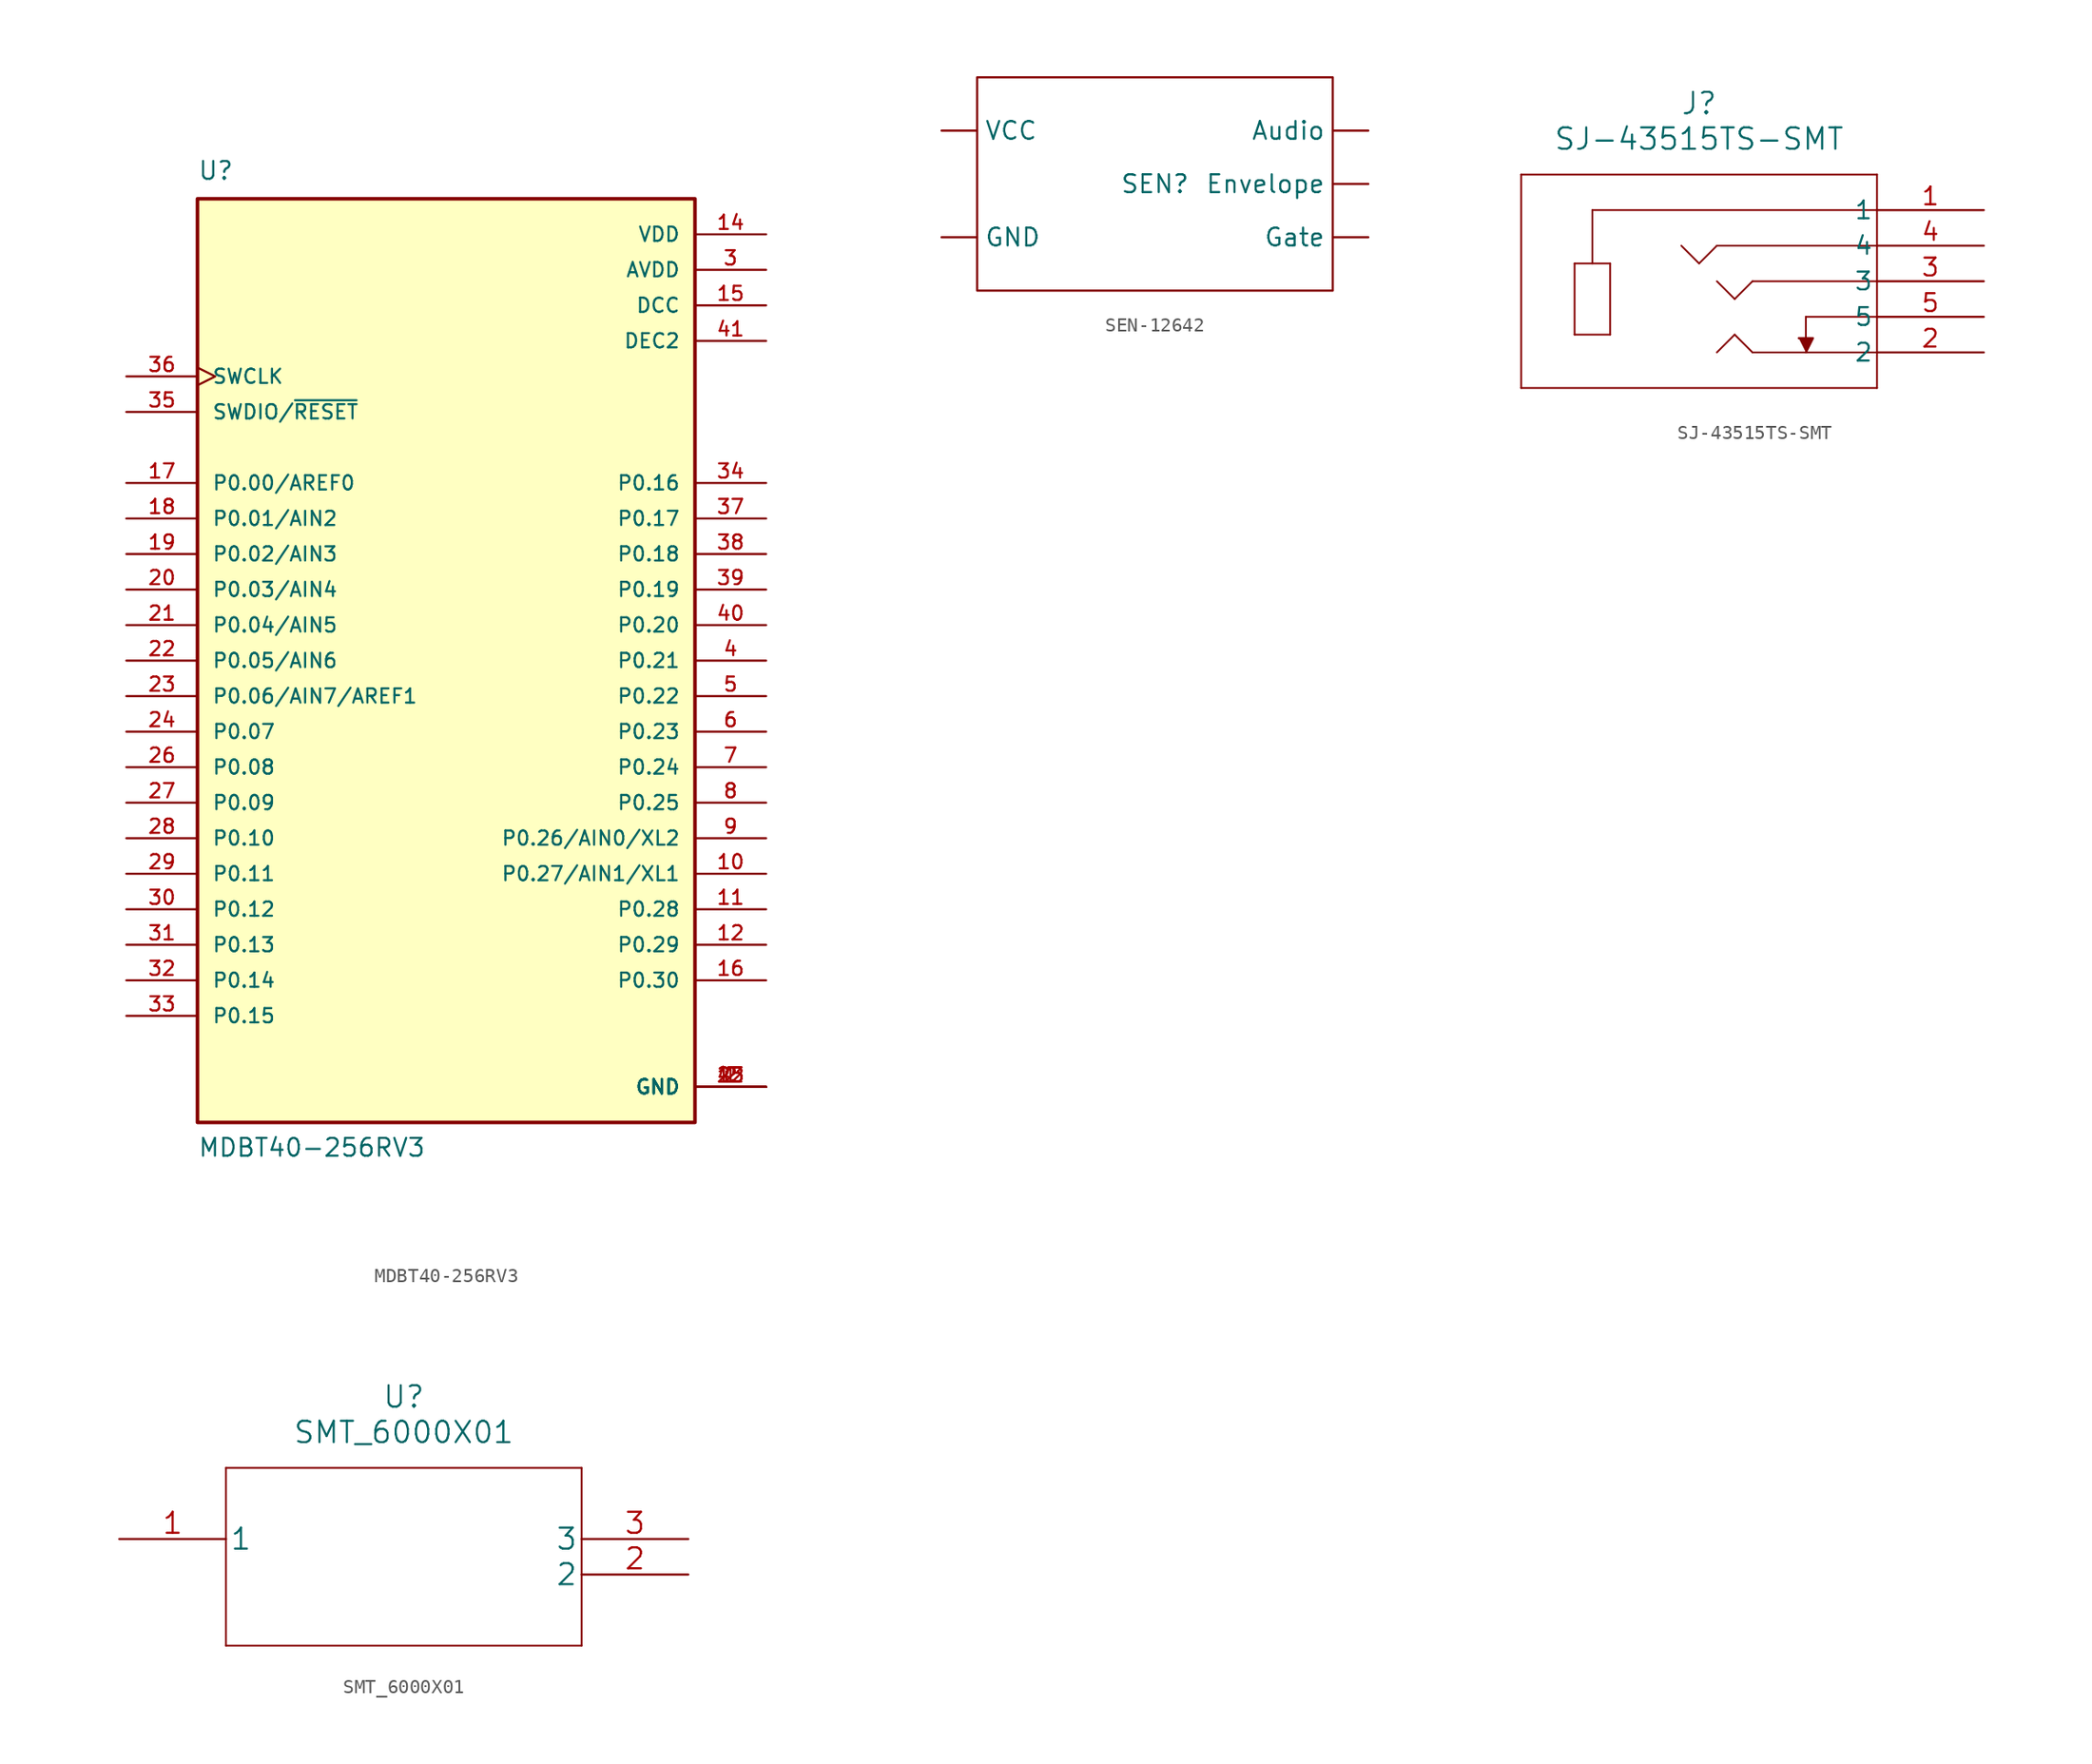
<source format=kicad_sym>
(kicad_symbol_lib
  (version 20231120)
  (generator "kicad_symbol_editor")
  (generator_version "8.0")
  (symbol "MDBT40-256RV3"
    (pin_names
      (offset 1.016))
    (property "Reference" "U"
      (at -17.78 34.29 0)
      (effects (font (size 1.27 1.27)) (justify left bottom)))
    (property "Value" "MDBT40-256RV3"
      (at -17.78 -35.56 0)
      (effects (font (size 1.27 1.27)) (justify left bottom)))
    (symbol "MDBT40-256RV3_0_0"
      (rectangle (start -17.78 33.02) (end 17.78 -33.02) (stroke (width 0.254) (type default)) (fill (type background)))
      (pin power_in line (at 22.86 -30.48 180) (length 5.08) (name "GND" (effects (font (size 1.016 1.016)))) (number "1" (effects (font (size 1.016 1.016)))))
      (pin bidirectional line (at 22.86 -15.24 180) (length 5.08) (name "P0.27/AIN1/XL1" (effects (font (size 1.016 1.016)))) (number "10" (effects (font (size 1.016 1.016)))))
      (pin bidirectional line (at 22.86 -17.78 180) (length 5.08) (name "P0.28" (effects (font (size 1.016 1.016)))) (number "11" (effects (font (size 1.016 1.016)))))
      (pin bidirectional line (at 22.86 -20.32 180) (length 5.08) (name "P0.29" (effects (font (size 1.016 1.016)))) (number "12" (effects (font (size 1.016 1.016)))))
      (pin power_in line (at 22.86 -30.48 180) (length 5.08) (name "GND" (effects (font (size 1.016 1.016)))) (number "13" (effects (font (size 1.016 1.016)))))
      (pin power_in line (at 22.86 30.48 180) (length 5.08) (name "VDD" (effects (font (size 1.016 1.016)))) (number "14" (effects (font (size 1.016 1.016)))))
      (pin power_in line (at 22.86 25.4 180) (length 5.08) (name "DCC" (effects (font (size 1.016 1.016)))) (number "15" (effects (font (size 1.016 1.016)))))
      (pin bidirectional line (at 22.86 -22.86 180) (length 5.08) (name "P0.30" (effects (font (size 1.016 1.016)))) (number "16" (effects (font (size 1.016 1.016)))))
      (pin bidirectional line (at -22.86 12.7 0) (length 5.08) (name "P0.00/AREF0" (effects (font (size 1.016 1.016)))) (number "17" (effects (font (size 1.016 1.016)))))
      (pin bidirectional line (at -22.86 10.16 0) (length 5.08) (name "P0.01/AIN2" (effects (font (size 1.016 1.016)))) (number "18" (effects (font (size 1.016 1.016)))))
      (pin bidirectional line (at -22.86 7.62 0) (length 5.08) (name "P0.02/AIN3" (effects (font (size 1.016 1.016)))) (number "19" (effects (font (size 1.016 1.016)))))
      (pin power_in line (at 22.86 -30.48 180) (length 5.08) (name "GND" (effects (font (size 1.016 1.016)))) (number "2" (effects (font (size 1.016 1.016)))))
      (pin bidirectional line (at -22.86 5.08 0) (length 5.08) (name "P0.03/AIN4" (effects (font (size 1.016 1.016)))) (number "20" (effects (font (size 1.016 1.016)))))
      (pin bidirectional line (at -22.86 2.54 0) (length 5.08) (name "P0.04/AIN5" (effects (font (size 1.016 1.016)))) (number "21" (effects (font (size 1.016 1.016)))))
      (pin bidirectional line (at -22.86 0 0) (length 5.08) (name "P0.05/AIN6" (effects (font (size 1.016 1.016)))) (number "22" (effects (font (size 1.016 1.016)))))
      (pin bidirectional line (at -22.86 -2.54 0) (length 5.08) (name "P0.06/AIN7/AREF1" (effects (font (size 1.016 1.016)))) (number "23" (effects (font (size 1.016 1.016)))))
      (pin bidirectional line (at -22.86 -5.08 0) (length 5.08) (name "P0.07" (effects (font (size 1.016 1.016)))) (number "24" (effects (font (size 1.016 1.016)))))
      (pin power_in line (at 22.86 -30.48 180) (length 5.08) (name "GND" (effects (font (size 1.016 1.016)))) (number "25" (effects (font (size 1.016 1.016)))))
      (pin bidirectional line (at -22.86 -7.62 0) (length 5.08) (name "P0.08" (effects (font (size 1.016 1.016)))) (number "26" (effects (font (size 1.016 1.016)))))
      (pin bidirectional line (at -22.86 -10.16 0) (length 5.08) (name "P0.09" (effects (font (size 1.016 1.016)))) (number "27" (effects (font (size 1.016 1.016)))))
      (pin bidirectional line (at -22.86 -12.7 0) (length 5.08) (name "P0.10" (effects (font (size 1.016 1.016)))) (number "28" (effects (font (size 1.016 1.016)))))
      (pin bidirectional line (at -22.86 -15.24 0) (length 5.08) (name "P0.11" (effects (font (size 1.016 1.016)))) (number "29" (effects (font (size 1.016 1.016)))))
      (pin power_in line (at 22.86 27.94 180) (length 5.08) (name "AVDD" (effects (font (size 1.016 1.016)))) (number "3" (effects (font (size 1.016 1.016)))))
      (pin bidirectional line (at -22.86 -17.78 0) (length 5.08) (name "P0.12" (effects (font (size 1.016 1.016)))) (number "30" (effects (font (size 1.016 1.016)))))
      (pin bidirectional line (at -22.86 -20.32 0) (length 5.08) (name "P0.13" (effects (font (size 1.016 1.016)))) (number "31" (effects (font (size 1.016 1.016)))))
      (pin bidirectional line (at -22.86 -22.86 0) (length 5.08) (name "P0.14" (effects (font (size 1.016 1.016)))) (number "32" (effects (font (size 1.016 1.016)))))
      (pin bidirectional line (at -22.86 -25.4 0) (length 5.08) (name "P0.15" (effects (font (size 1.016 1.016)))) (number "33" (effects (font (size 1.016 1.016)))))
      (pin bidirectional line (at 22.86 12.7 180) (length 5.08) (name "P0.16" (effects (font (size 1.016 1.016)))) (number "34" (effects (font (size 1.016 1.016)))))
      (pin bidirectional line (at -22.86 17.78 0) (length 5.08) (name "SWDIO/~{RESET}" (effects (font (size 1.016 1.016)))) (number "35" (effects (font (size 1.016 1.016)))))
      (pin input clock (at -22.86 20.32 0) (length 5.08) (name "SWCLK" (effects (font (size 1.016 1.016)))) (number "36" (effects (font (size 1.016 1.016)))))
      (pin bidirectional line (at 22.86 10.16 180) (length 5.08) (name "P0.17" (effects (font (size 1.016 1.016)))) (number "37" (effects (font (size 1.016 1.016)))))
      (pin bidirectional line (at 22.86 7.62 180) (length 5.08) (name "P0.18" (effects (font (size 1.016 1.016)))) (number "38" (effects (font (size 1.016 1.016)))))
      (pin bidirectional line (at 22.86 5.08 180) (length 5.08) (name "P0.19" (effects (font (size 1.016 1.016)))) (number "39" (effects (font (size 1.016 1.016)))))
      (pin bidirectional line (at 22.86 0 180) (length 5.08) (name "P0.21" (effects (font (size 1.016 1.016)))) (number "4" (effects (font (size 1.016 1.016)))))
      (pin bidirectional line (at 22.86 2.54 180) (length 5.08) (name "P0.20" (effects (font (size 1.016 1.016)))) (number "40" (effects (font (size 1.016 1.016)))))
      (pin power_in line (at 22.86 22.86 180) (length 5.08) (name "DEC2" (effects (font (size 1.016 1.016)))) (number "41" (effects (font (size 1.016 1.016)))))
      (pin power_in line (at 22.86 -30.48 180) (length 5.08) (name "GND" (effects (font (size 1.016 1.016)))) (number "42" (effects (font (size 1.016 1.016)))))
      (pin bidirectional line (at 22.86 -2.54 180) (length 5.08) (name "P0.22" (effects (font (size 1.016 1.016)))) (number "5" (effects (font (size 1.016 1.016)))))
      (pin bidirectional line (at 22.86 -5.08 180) (length 5.08) (name "P0.23" (effects (font (size 1.016 1.016)))) (number "6" (effects (font (size 1.016 1.016)))))
      (pin bidirectional line (at 22.86 -7.62 180) (length 5.08) (name "P0.24" (effects (font (size 1.016 1.016)))) (number "7" (effects (font (size 1.016 1.016)))))
      (pin bidirectional line (at 22.86 -10.16 180) (length 5.08) (name "P0.25" (effects (font (size 1.016 1.016)))) (number "8" (effects (font (size 1.016 1.016)))))
      (pin bidirectional line (at 22.86 -12.7 180) (length 5.08) (name "P0.26/AIN0/XL2" (effects (font (size 1.016 1.016)))) (number "9" (effects (font (size 1.016 1.016)))))))
  (symbol "SEN-12642"
    (property "Reference" "SEN"
      (at 0 0 0)
      (effects (font (size 1.27 1.27))))
    (property "Value" ""
      (at 0 0 0)
      (effects (font (size 1.27 1.27))))
    (symbol "SEN-12642_0_1"
      (rectangle (start -12.7 7.62) (end 12.7 -7.62) (stroke (width 0) (type default)) (fill (type none))))
    (symbol "SEN-12642_1_1"
      (pin output line (at 15.24 3.81 180) (length 2.54) (name "Audio" (effects (font (size 1.27 1.27)))) (number "" (effects (font (size 1.27 1.27)))))
      (pin output line (at 15.24 0 180) (length 2.54) (name "Envelope" (effects (font (size 1.27 1.27)))) (number "" (effects (font (size 1.27 1.27)))))
      (pin input line (at -15.24 -3.81 0) (length 2.54) (name "GND" (effects (font (size 1.27 1.27)))) (number "" (effects (font (size 1.27 1.27)))))
      (pin output line (at 15.24 -3.81 180) (length 2.54) (name "Gate" (effects (font (size 1.27 1.27)))) (number "" (effects (font (size 1.27 1.27)))))
      (pin input line (at -15.24 3.81 0) (length 2.54) (name "VCC" (effects (font (size 1.27 1.27)))) (number "" (effects (font (size 1.27 1.27)))))))
  (symbol "SJ-43515TS-SMT"
    (pin_names
      (offset 0.254))
    (property "Reference" "J"
      (at -20.32 7.62 0)
      (effects (font (size 1.524 1.524))))
    (property "Value" "SJ-43515TS-SMT"
      (at -20.32 5.08 0)
      (effects (font (size 1.524 1.524))))
    (property "ki_locked" ""
      (at 0 0 0)
      (effects (font (size 1.27 1.27))))
    (symbol "SJ-43515TS-SMT_0_1"
      (polyline (pts (xy -33.02 -12.7) (xy -7.62 -12.7)) (stroke (width 0.127) (type default)) (fill (type none)))
      (polyline (pts (xy -33.02 2.54) (xy -33.02 -12.7)) (stroke (width 0.127) (type default)) (fill (type none)))
      (polyline (pts (xy -29.21 -8.89) (xy -29.21 -3.81)) (stroke (width 0.127) (type default)) (fill (type none)))
      (polyline (pts (xy -29.21 -3.81) (xy -26.67 -3.81)) (stroke (width 0.127) (type default)) (fill (type none)))
      (polyline (pts (xy -27.94 0) (xy -27.94 -3.81)) (stroke (width 0.127) (type default)) (fill (type none)))
      (polyline (pts (xy -26.67 -8.89) (xy -29.21 -8.89)) (stroke (width 0.127) (type default)) (fill (type none)))
      (polyline (pts (xy -26.67 -3.81) (xy -26.67 -8.89)) (stroke (width 0.127) (type default)) (fill (type none)))
      (polyline (pts (xy -20.32 -3.81) (xy -21.59 -2.54)) (stroke (width 0.127) (type default)) (fill (type none)))
      (polyline (pts (xy -19.05 -10.16) (xy -17.78 -8.89)) (stroke (width 0.127) (type default)) (fill (type none)))
      (polyline (pts (xy -19.05 -2.54) (xy -20.32 -3.81)) (stroke (width 0.127) (type default)) (fill (type none)))
      (polyline (pts (xy -17.78 -8.89) (xy -16.51 -10.16)) (stroke (width 0.127) (type default)) (fill (type none)))
      (polyline (pts (xy -17.78 -6.35) (xy -19.05 -5.08)) (stroke (width 0.127) (type default)) (fill (type none)))
      (polyline (pts (xy -16.51 -5.08) (xy -17.78 -6.35)) (stroke (width 0.127) (type default)) (fill (type none)))
      (polyline (pts (xy -12.7 -7.62) (xy -12.7 -9.398)) (stroke (width 0.127) (type default)) (fill (type none)))
      (polyline (pts (xy -7.62 -12.7) (xy -7.62 2.54)) (stroke (width 0.127) (type default)) (fill (type none)))
      (polyline (pts (xy -7.62 -10.16) (xy -16.51 -10.16)) (stroke (width 0.127) (type default)) (fill (type none)))
      (polyline (pts (xy -7.62 -7.62) (xy -12.7 -7.62)) (stroke (width 0.127) (type default)) (fill (type none)))
      (polyline (pts (xy -7.62 -5.08) (xy -16.51 -5.08)) (stroke (width 0.127) (type default)) (fill (type none)))
      (polyline (pts (xy -7.62 -2.54) (xy -19.05 -2.54)) (stroke (width 0.127) (type default)) (fill (type none)))
      (polyline (pts (xy -7.62 0) (xy -27.94 0)) (stroke (width 0.127) (type default)) (fill (type none)))
      (polyline (pts (xy -7.62 2.54) (xy -33.02 2.54)) (stroke (width 0.127) (type default)) (fill (type none)))
      (polyline (pts (xy -12.7 -10.16) (xy -12.192 -9.144) (xy -13.208 -9.144)) (stroke (width 0) (type default)) (fill (type outline)))
      (pin unspecified line (at 0 0 180) (length 7.62) (name "1" (effects (font (size 1.27 1.27)))) (number "1" (effects (font (size 1.27 1.27)))))
      (pin unspecified line (at 0 -10.16 180) (length 7.62) (name "2" (effects (font (size 1.27 1.27)))) (number "2" (effects (font (size 1.27 1.27)))))
      (pin unspecified line (at 0 -5.08 180) (length 7.62) (name "3" (effects (font (size 1.27 1.27)))) (number "3" (effects (font (size 1.27 1.27)))))
      (pin unspecified line (at 0 -2.54 180) (length 7.62) (name "4" (effects (font (size 1.27 1.27)))) (number "4" (effects (font (size 1.27 1.27)))))
      (pin unspecified line (at 0 -7.62 180) (length 7.62) (name "5" (effects (font (size 1.27 1.27)))) (number "5" (effects (font (size 1.27 1.27)))))))
  (symbol "SMT_6000X01"
    (pin_names
      (offset 0.254))
    (property "Reference" "U"
      (at 20.32 10.16 0)
      (effects (font (size 1.524 1.524))))
    (property "Value" "SMT_6000X01"
      (at 20.32 7.62 0)
      (effects (font (size 1.524 1.524))))
    (property "Datasheet" ""
      (at 0 0 0)
      (effects (font (size 1.524 1.524))))
    (symbol "SMT_6000X01_1_1"
      (polyline (pts (xy 7.62 -7.62) (xy 33.02 -7.62)) (stroke (width 0.127) (type solid)) (fill (type none)))
      (polyline (pts (xy 7.62 5.08) (xy 7.62 -7.62)) (stroke (width 0.127) (type solid)) (fill (type none)))
      (polyline (pts (xy 33.02 -7.62) (xy 33.02 5.08)) (stroke (width 0.127) (type solid)) (fill (type none)))
      (polyline (pts (xy 33.02 5.08) (xy 7.62 5.08)) (stroke (width 0.127) (type solid)) (fill (type none)))
      (pin unspecified line (at 0 0 0) (length 7.62) (name "1" (effects (font (size 1.499 1.499)))) (number "1" (effects (font (size 1.499 1.499)))))
      (pin unspecified line (at 40.64 -2.54 180) (length 7.62) (name "2" (effects (font (size 1.499 1.499)))) (number "2" (effects (font (size 1.499 1.499)))))
      (pin unspecified line (at 40.64 0 180) (length 7.62) (name "3" (effects (font (size 1.499 1.499)))) (number "3" (effects (font (size 1.499 1.499))))))))
</source>
